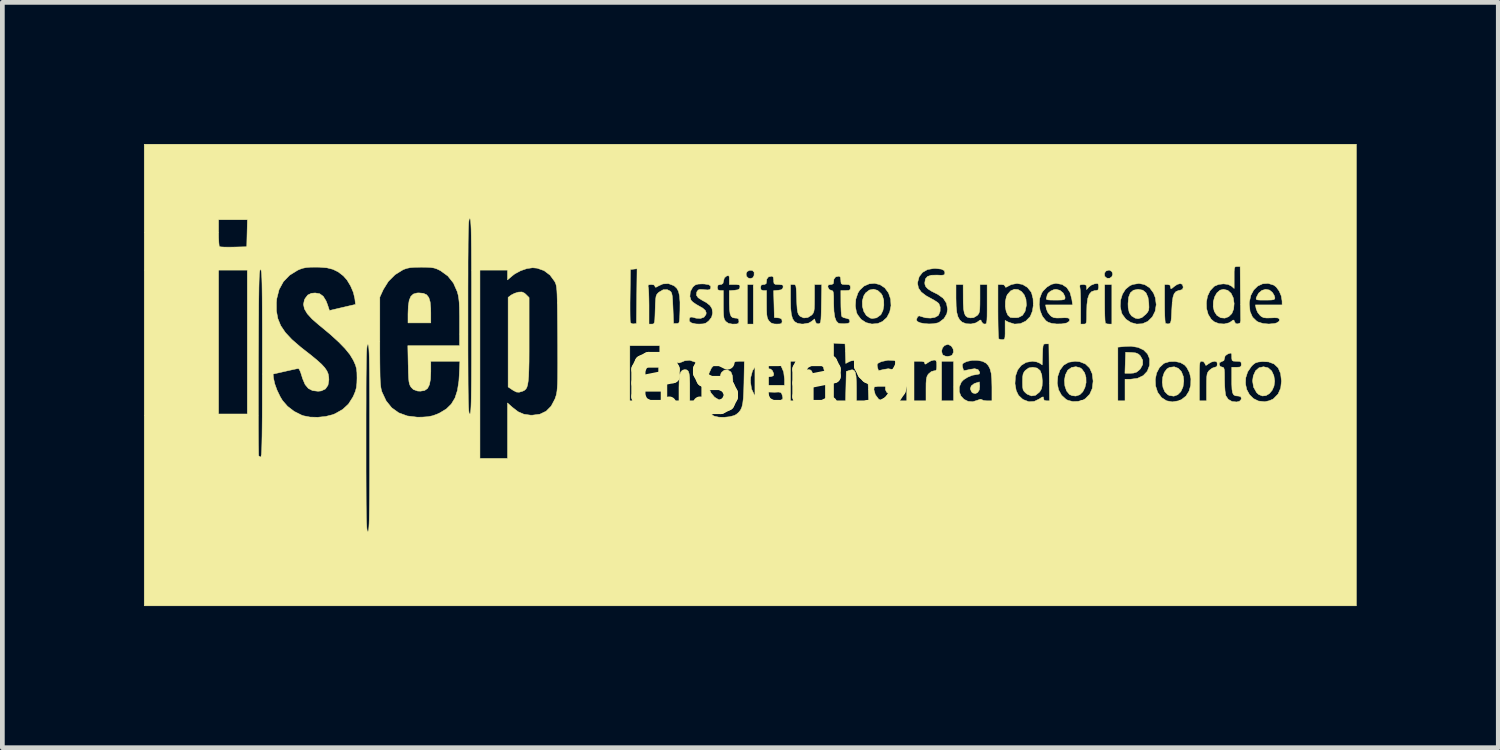
<source format=kicad_pcb>
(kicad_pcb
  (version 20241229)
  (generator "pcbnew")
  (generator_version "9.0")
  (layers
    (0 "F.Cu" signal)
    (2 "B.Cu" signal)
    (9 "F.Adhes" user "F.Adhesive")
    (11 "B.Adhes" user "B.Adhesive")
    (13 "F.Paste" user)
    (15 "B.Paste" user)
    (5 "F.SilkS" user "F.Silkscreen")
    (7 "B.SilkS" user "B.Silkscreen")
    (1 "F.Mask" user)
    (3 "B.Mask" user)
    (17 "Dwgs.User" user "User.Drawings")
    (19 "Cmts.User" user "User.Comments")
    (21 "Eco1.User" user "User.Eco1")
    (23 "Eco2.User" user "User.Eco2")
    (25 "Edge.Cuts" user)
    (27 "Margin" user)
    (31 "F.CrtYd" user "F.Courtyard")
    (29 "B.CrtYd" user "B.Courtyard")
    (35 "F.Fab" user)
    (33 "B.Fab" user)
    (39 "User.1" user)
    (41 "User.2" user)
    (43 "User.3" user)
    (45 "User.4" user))
  (footprint "teste9"
    (layer "F.Cu")
    (at 12.832 4.882)
    (property "Reference" "teste9" (at 0 0 0) (layer "F.SilkS") (effects (font (size 1.524 1.524) (thickness 0.3))))
    (attr through_hole)
    (fp_poly (pts (xy 4.872 0.249) (xy 4.863 0.327) (xy 4.829 0.382) (xy 4.779 0.406) (xy 4.724 0.392) (xy 4.7 0.37) (xy 4.673 0.306) (xy 4.692 0.244) (xy 4.751 0.197) (xy 4.775 0.187) (xy 4.864 0.158) (xy 4.872 0.249)) (stroke (width 0.01) (type solid)) (fill yes) (layer "F.SilkS"))
    (fp_poly (pts (xy 0.443 -0.114) (xy 0.482 -0.078) (xy 0.509 -0.011) (xy 0.499 0.029) (xy 0.447 0.047) (xy 0.381 0.051) (xy 0.304 0.048) (xy 0.266 0.036) (xy 0.254 0.011) (xy 0.254 0.004) (xy 0.274 -0.058) (xy 0.322 -0.102) (xy 0.384 -0.122) (xy 0.443 -0.114)) (stroke (width 0.01) (type solid)) (fill yes) (layer "F.SilkS"))
    (fp_poly (pts (xy 8.09 -0.465) (xy 8.177 -0.456) (xy 8.235 -0.431) (xy 8.274 -0.394) (xy 8.324 -0.303) (xy 8.324 -0.21) (xy 8.275 -0.119) (xy 8.257 -0.1) (xy 8.196 -0.05) (xy 8.13 -0.029) (xy 8.065 -0.025) (xy 7.948 -0.025) (xy 7.963 -0.47) (xy 8.09 -0.465)) (stroke (width 0.01) (type solid)) (fill yes) (layer "F.SilkS"))
    (fp_poly (pts (xy -6.913 -1.718) (xy -6.844 -1.687) (xy -6.798 -1.628) (xy -6.77 -1.535) (xy -6.758 -1.402) (xy -6.756 -1.304) (xy -6.756 -1.092) (xy -7.239 -1.092) (xy -7.239 -1.28) (xy -7.233 -1.446) (xy -7.214 -1.569) (xy -7.179 -1.653) (xy -7.126 -1.703) (xy -7.05 -1.725) (xy -7.008 -1.727) (xy -6.913 -1.718)) (stroke (width 0.01) (type solid)) (fill yes) (layer "F.SilkS"))
    (fp_poly (pts (xy 3.068 0.176) (xy 3.073 0.226) (xy 3.073 0.253) (xy 3.065 0.331) (xy 3.035 0.374) (xy 3.024 0.38) (xy 2.964 0.404) (xy 2.922 0.394) (xy 2.901 0.376) (xy 2.874 0.321) (xy 2.875 0.257) (xy 2.902 0.21) (xy 2.95 0.185) (xy 3.004 0.168) (xy 3.048 0.161) (xy 3.068 0.176)) (stroke (width 0.01) (type solid)) (fill yes) (layer "F.SilkS"))
    (fp_poly (pts (xy -0.405 -0.058) (xy -0.395 -0.045) (xy -0.367 0.027) (xy -0.357 0.125) (xy -0.364 0.227) (xy -0.38 0.29) (xy -0.422 0.34) (xy -0.487 0.357) (xy -0.555 0.339) (xy -0.593 0.309) (xy -0.622 0.247) (xy -0.634 0.158) (xy -0.63 0.062) (xy -0.609 -0.02) (xy -0.595 -0.045) (xy -0.537 -0.092) (xy -0.468 -0.096) (xy -0.405 -0.058)) (stroke (width 0.01) (type solid)) (fill yes) (layer "F.SilkS"))
    (fp_poly (pts (xy 10.127 -1.781) (xy 10.197 -1.718) (xy 10.243 -1.622) (xy 10.261 -1.502) (xy 10.251 -1.386) (xy 10.213 -1.29) (xy 10.146 -1.224) (xy 10.064 -1.193) (xy 9.977 -1.201) (xy 9.896 -1.252) (xy 9.842 -1.334) (xy 9.818 -1.434) (xy 9.821 -1.541) (xy 9.848 -1.642) (xy 9.896 -1.727) (xy 9.962 -1.785) (xy 10.036 -1.803) (xy 10.127 -1.781)) (stroke (width 0.01) (type solid)) (fill yes) (layer "F.SilkS"))
    (fp_poly (pts (xy 10.982 -0.14) (xy 11.057 -0.073) (xy 11.103 0.027) (xy 11.12 0.141) (xy 11.106 0.247) (xy 11.066 0.337) (xy 11.007 0.406) (xy 10.936 0.448) (xy 10.859 0.456) (xy 10.782 0.425) (xy 10.737 0.383) (xy 10.673 0.269) (xy 10.652 0.137) (xy 10.667 0.03) (xy 10.715 -0.077) (xy 10.789 -0.142) (xy 10.884 -0.163) (xy 10.982 -0.14)) (stroke (width 0.01) (type solid)) (fill yes) (layer "F.SilkS"))
    (fp_poly (pts (xy 9.078 -0.13) (xy 9.145 -0.059) (xy 9.185 0.044) (xy 9.195 0.139) (xy 9.178 0.264) (xy 9.133 0.363) (xy 9.066 0.43) (xy 8.984 0.46) (xy 8.892 0.446) (xy 8.858 0.43) (xy 8.793 0.366) (xy 8.754 0.274) (xy 8.739 0.167) (xy 8.749 0.057) (xy 8.782 -0.042) (xy 8.838 -0.117) (xy 8.892 -0.149) (xy 8.992 -0.162) (xy 9.078 -0.13)) (stroke (width 0.01) (type solid)) (fill yes) (layer "F.SilkS"))
    (fp_poly (pts (xy 11.009 -1.788) (xy 11.073 -1.736) (xy 11.109 -1.676) (xy 11.125 -1.623) (xy 11.125 -1.622) (xy 11.12 -1.599) (xy 11.098 -1.584) (xy 11.049 -1.577) (xy 10.963 -1.575) (xy 10.92 -1.575) (xy 10.819 -1.575) (xy 10.76 -1.579) (xy 10.732 -1.589) (xy 10.727 -1.608) (xy 10.733 -1.632) (xy 10.78 -1.722) (xy 10.849 -1.78) (xy 10.929 -1.803) (xy 11.009 -1.788)) (stroke (width 0.01) (type solid)) (fill yes) (layer "F.SilkS"))
    (fp_poly (pts (xy 2.71 -1.78) (xy 2.785 -1.711) (xy 2.809 -1.671) (xy 2.838 -1.576) (xy 2.841 -1.464) (xy 2.822 -1.356) (xy 2.781 -1.271) (xy 2.771 -1.26) (xy 2.686 -1.199) (xy 2.593 -1.185) (xy 2.548 -1.196) (xy 2.47 -1.249) (xy 2.416 -1.336) (xy 2.387 -1.443) (xy 2.385 -1.555) (xy 2.414 -1.661) (xy 2.453 -1.725) (xy 2.534 -1.788) (xy 2.623 -1.806) (xy 2.71 -1.78)) (stroke (width 0.01) (type solid)) (fill yes) (layer "F.SilkS"))
    (fp_poly (pts (xy 6.57 -1.782) (xy 6.638 -1.727) (xy 6.676 -1.653) (xy 6.68 -1.622) (xy 6.675 -1.599) (xy 6.653 -1.584) (xy 6.604 -1.577) (xy 6.518 -1.575) (xy 6.474 -1.575) (xy 6.372 -1.576) (xy 6.312 -1.581) (xy 6.285 -1.592) (xy 6.282 -1.61) (xy 6.284 -1.615) (xy 6.297 -1.66) (xy 6.299 -1.674) (xy 6.321 -1.721) (xy 6.375 -1.766) (xy 6.444 -1.797) (xy 6.489 -1.803) (xy 6.57 -1.782)) (stroke (width 0.01) (type solid)) (fill yes) (layer "F.SilkS"))
    (fp_poly (pts (xy 6.998 -0.141) (xy 7.035 -0.115) (xy 7.094 -0.034) (xy 7.123 0.065) (xy 7.125 0.173) (xy 7.101 0.276) (xy 7.056 0.366) (xy 6.991 0.43) (xy 6.909 0.457) (xy 6.899 0.457) (xy 6.827 0.448) (xy 6.775 0.425) (xy 6.712 0.349) (xy 6.676 0.244) (xy 6.667 0.127) (xy 6.686 0.012) (xy 6.734 -0.085) (xy 6.742 -0.094) (xy 6.818 -0.148) (xy 6.909 -0.164) (xy 6.998 -0.141)) (stroke (width 0.01) (type solid)) (fill yes) (layer "F.SilkS"))
    (fp_poly (pts (xy 8.326 -1.785) (xy 8.394 -1.729) (xy 8.437 -1.631) (xy 8.453 -1.514) (xy 8.457 -1.423) (xy 8.451 -1.364) (xy 8.429 -1.32) (xy 8.391 -1.275) (xy 8.306 -1.204) (xy 8.226 -1.181) (xy 8.166 -1.193) (xy 8.088 -1.24) (xy 8.04 -1.31) (xy 8.017 -1.414) (xy 8.014 -1.499) (xy 8.026 -1.635) (xy 8.063 -1.729) (xy 8.128 -1.784) (xy 8.223 -1.803) (xy 8.23 -1.803) (xy 8.326 -1.785)) (stroke (width 0.01) (type solid)) (fill yes) (layer "F.SilkS"))
    (fp_poly (pts (xy 5.684 -1.798) (xy 5.756 -1.757) (xy 5.815 -1.686) (xy 5.852 -1.589) (xy 5.86 -1.471) (xy 5.86 -1.465) (xy 5.833 -1.337) (xy 5.778 -1.252) (xy 5.694 -1.208) (xy 5.649 -1.202) (xy 5.577 -1.202) (xy 5.524 -1.208) (xy 5.518 -1.21) (xy 5.467 -1.257) (xy 5.432 -1.338) (xy 5.414 -1.439) (xy 5.416 -1.547) (xy 5.437 -1.646) (xy 5.46 -1.695) (xy 5.528 -1.771) (xy 5.605 -1.804) (xy 5.684 -1.798)) (stroke (width 0.01) (type solid)) (fill yes) (layer "F.SilkS"))
    (fp_poly (pts (xy 6.088 -0.135) (xy 6.151 -0.082) (xy 6.187 0.01) (xy 6.198 0.141) (xy 6.194 0.238) (xy 6.18 0.303) (xy 6.15 0.357) (xy 6.132 0.379) (xy 6.053 0.442) (xy 5.968 0.455) (xy 5.878 0.418) (xy 5.85 0.396) (xy 5.812 0.359) (xy 5.79 0.319) (xy 5.781 0.262) (xy 5.779 0.171) (xy 5.779 0.157) (xy 5.781 0.057) (xy 5.791 -0.008) (xy 5.813 -0.054) (xy 5.84 -0.087) (xy 5.911 -0.138) (xy 5.997 -0.152) (xy 6.088 -0.135)) (stroke (width 0.01) (type solid)) (fill yes) (layer "F.SilkS"))
    (fp_poly (pts (xy -4.771 -1.722) (xy -4.739 -1.693) (xy -4.674 -1.628) (xy -4.674 -0.737) (xy -4.674 -0.479) (xy -4.675 -0.267) (xy -4.679 -0.096) (xy -4.684 0.038) (xy -4.693 0.141) (xy -4.705 0.217) (xy -4.721 0.272) (xy -4.742 0.309) (xy -4.769 0.334) (xy -4.801 0.351) (xy -4.814 0.356) (xy -4.885 0.377) (xy -4.941 0.373) (xy -5.006 0.34) (xy -5.032 0.323) (xy -5.118 0.265) (xy -5.118 -1.633) (xy -5.054 -1.681) (xy -4.983 -1.718) (xy -4.901 -1.743) (xy -4.897 -1.744) (xy -4.825 -1.747) (xy -4.771 -1.722)) (stroke (width 0.01) (type solid)) (fill yes) (layer "F.SilkS"))
    (fp_poly (pts (xy 12.852 4.902) (xy -12.827 4.902) (xy -12.827 -2.21) (xy -11.252 -2.21) (xy -11.252 0.838) (xy -10.643 0.838) (xy -10.643 0.62) (xy -10.409 0.62) (xy -10.409 0.876) (xy -10.409 1.106) (xy -10.408 1.305) (xy -10.407 1.47) (xy -10.405 1.598) (xy -10.404 1.682) (xy -10.402 1.721) (xy -10.402 1.723) (xy -10.372 1.747) (xy -10.357 1.746) (xy -10.351 1.734) (xy -10.345 1.701) (xy -10.341 1.644) (xy -10.337 1.561) (xy -10.334 1.447) (xy -10.332 1.346) (xy -8.128 1.346) (xy -8.128 1.714) (xy -8.128 2.033) (xy -8.127 2.309) (xy -8.126 2.543) (xy -8.125 2.739) (xy -8.123 2.9) (xy -8.121 3.03) (xy -8.118 3.132) (xy -8.114 3.208) (xy -8.11 3.263) (xy -8.105 3.299) (xy -8.099 3.319) (xy -8.092 3.327) (xy -8.09 3.327) (xy -8.083 3.323) (xy -8.077 3.307) (xy -8.071 3.277) (xy -8.067 3.229) (xy -8.063 3.161) (xy -8.06 3.068) (xy -8.058 2.948) (xy -8.056 2.798) (xy -8.054 2.614) (xy -8.053 2.393) (xy -8.052 2.132) (xy -8.052 1.828) (xy -8.052 1.477) (xy -8.052 1.346) (xy -8.052 0.979) (xy -8.052 0.659) (xy -8.053 0.384) (xy -8.054 0.15) (xy -8.055 -0.047) (xy -8.057 -0.208) (xy -8.059 -0.338) (xy -8.062 -0.439) (xy -8.066 -0.516) (xy -8.07 -0.57) (xy -8.075 -0.606) (xy -8.081 -0.627) (xy -8.087 -0.635) (xy -8.09 -0.635) (xy -8.097 -0.63) (xy -8.103 -0.615) (xy -8.108 -0.585) (xy -8.113 -0.537) (xy -8.117 -0.468) (xy -8.12 -0.376) (xy -8.122 -0.256) (xy -8.124 -0.105) (xy -8.126 0.078) (xy -8.127 0.299) (xy -8.127 0.56) (xy -8.128 0.864) (xy -8.128 1.215) (xy -8.128 1.346) (xy -10.332 1.346) (xy -10.331 1.301) (xy -10.329 1.121) (xy -10.327 0.902) (xy -10.326 0.642) (xy -10.326 0.339) (xy -10.325 -0.008) (xy -10.097 -0.008) (xy -10.088 0.077) (xy -10.063 0.196) (xy -10.013 0.334) (xy -9.946 0.472) (xy -9.898 0.552) (xy -9.791 0.675) (xy -9.65 0.783) (xy -9.492 0.862) (xy -9.452 0.876) (xy -9.313 0.903) (xy -9.15 0.907) (xy -8.983 0.89) (xy -8.833 0.852) (xy -8.783 0.832) (xy -8.623 0.741) (xy -8.501 0.628) (xy -8.409 0.484) (xy -8.393 0.452) (xy -8.354 0.359) (xy -8.332 0.276) (xy -8.322 0.182) (xy -8.319 0.076) (xy -8.321 -0.039) (xy -8.33 -0.123) (xy -8.351 -0.198) (xy -8.388 -0.282) (xy -8.4 -0.306) (xy -8.469 -0.421) (xy -8.572 -0.548) (xy -8.71 -0.69) (xy -8.886 -0.85) (xy -9.105 -1.032) (xy -9.122 -1.045) (xy -9.27 -1.174) (xy -9.373 -1.287) (xy -9.433 -1.389) (xy -9.453 -1.485) (xy -9.434 -1.577) (xy -9.419 -1.608) (xy -9.363 -1.682) (xy -9.286 -1.719) (xy -9.206 -1.726) (xy -9.11 -1.71) (xy -9.035 -1.655) (xy -8.975 -1.558) (xy -8.944 -1.478) (xy -8.903 -1.354) (xy -8.627 -1.419) (xy -8.351 -1.483) (xy -8.365 -1.604) (xy -8.373 -1.638) (xy -7.836 -1.638) (xy -7.836 -0.699) (xy -7.836 -0.451) (xy -7.835 -0.249) (xy -7.833 -0.086) (xy -7.831 0.042) (xy -7.827 0.142) (xy -7.821 0.218) (xy -7.814 0.276) (xy -7.805 0.323) (xy -7.794 0.362) (xy -7.79 0.373) (xy -7.702 0.56) (xy -7.584 0.706) (xy -7.435 0.813) (xy -7.255 0.879) (xy -7.043 0.905) (xy -6.939 0.904) (xy -6.814 0.895) (xy -6.716 0.875) (xy -6.622 0.841) (xy -6.564 0.814) (xy -6.427 0.731) (xy -6.322 0.628) (xy -6.244 0.499) (xy -6.192 0.338) (xy -6.161 0.139) (xy -6.153 0.006) (xy -6.14 -0.279) (xy -6.756 -0.279) (xy -6.756 -0.063) (xy -6.763 0.1) (xy -6.785 0.217) (xy -6.825 0.296) (xy -6.888 0.34) (xy -6.976 0.354) (xy -7.036 0.351) (xy -7.125 0.319) (xy -7.173 0.271) (xy -7.193 0.239) (xy -7.208 0.201) (xy -7.219 0.149) (xy -7.226 0.072) (xy -7.231 -0.037) (xy -7.234 -0.187) (xy -7.235 -0.205) (xy -7.243 -0.61) (xy -6.147 -0.61) (xy -6.147 -1.102) (xy -6.147 -1.232) (xy -5.969 -1.232) (xy -5.969 -0.856) (xy -5.969 -0.528) (xy -5.968 -0.244) (xy -5.967 -0.001) (xy -5.966 0.203) (xy -5.964 0.372) (xy -5.962 0.509) (xy -5.959 0.617) (xy -5.956 0.7) (xy -5.952 0.76) (xy -5.947 0.801) (xy -5.942 0.825) (xy -5.935 0.836) (xy -5.931 0.838) (xy -5.924 0.834) (xy -5.918 0.818) (xy -5.913 0.788) (xy -5.908 0.741) (xy -5.904 0.673) (xy -5.901 0.582) (xy -5.899 0.464) (xy -5.897 0.316) (xy -5.895 0.134) (xy -5.894 -0.083) (xy -5.893 -0.34) (xy -5.893 -0.639) (xy -5.893 -0.984) (xy -5.893 -1.232) (xy -5.893 -1.608) (xy -5.893 -1.936) (xy -5.894 -2.21) (xy -5.715 -2.21) (xy -5.715 1.778) (xy -5.131 1.778) (xy -5.131 0.604) (xy -5.026 0.698) (xy -4.905 0.791) (xy -4.783 0.843) (xy -4.642 0.863) (xy -4.605 0.863) (xy -4.445 0.842) (xy -4.312 0.778) (xy -4.207 0.672) (xy -4.127 0.522) (xy -4.1 0.442) (xy -4.091 0.402) (xy -4.083 0.351) (xy -4.077 0.284) (xy -4.072 0.197) (xy -4.069 0.084) (xy -4.068 -0.06) (xy -4.067 -0.239) (xy -4.068 -0.458) (xy -4.068 -0.61) (xy -2.54 -0.61) (xy -2.54 0.559) (xy -1.88 0.559) (xy -1.88 0.356) (xy -2.311 0.356) (xy -2.311 0.051) (xy -1.93 0.051) (xy -1.93 -0.152) (xy -2.311 -0.152) (xy -2.311 -0.279) (xy -1.753 -0.279) (xy -1.753 0.559) (xy -1.499 0.559) (xy -1.499 0.275) (xy -1.495 0.124) (xy -1.484 0.017) (xy -1.461 -0.052) (xy -1.427 -0.089) (xy -1.378 -0.102) (xy -1.373 -0.102) (xy -1.332 -0.095) (xy -1.303 -0.07) (xy -1.285 -0.019) (xy -1.274 0.064) (xy -1.27 0.187) (xy -1.27 0.259) (xy -1.27 0.559) (xy -1.016 0.559) (xy -1.016 0.253) (xy -1.018 0.14) (xy -0.889 0.14) (xy -0.871 0.277) (xy -0.82 0.393) (xy -0.745 0.482) (xy -0.652 0.538) (xy -0.548 0.555) (xy -0.44 0.528) (xy -0.434 0.526) (xy -0.381 0.502) (xy -0.36 0.503) (xy -0.356 0.531) (xy -0.356 0.532) (xy -0.371 0.583) (xy -0.407 0.643) (xy -0.408 0.644) (xy -0.479 0.695) (xy -0.577 0.713) (xy -0.689 0.698) (xy -0.722 0.686) (xy -0.769 0.675) (xy -0.787 0.683) (xy -0.792 0.722) (xy -0.803 0.781) (xy -0.807 0.838) (xy -0.781 0.869) (xy -0.746 0.885) (xy -0.655 0.905) (xy -0.542 0.908) (xy -0.428 0.896) (xy -0.331 0.871) (xy -0.286 0.848) (xy -0.235 0.805) (xy -0.196 0.757) (xy -0.167 0.694) (xy -0.148 0.611) (xy -0.135 0.5) (xy -0.127 0.352) (xy -0.122 0.171) (xy -0.122 0.152) (xy 0.015 0.152) (xy 0.038 0.308) (xy 0.097 0.431) (xy 0.19 0.519) (xy 0.314 0.569) (xy 0.466 0.58) (xy 0.593 0.56) (xy 0.664 0.542) (xy 0.697 0.523) (xy 0.701 0.491) (xy 0.689 0.443) (xy 0.675 0.401) (xy 0.653 0.38) (xy 0.609 0.373) (xy 0.529 0.377) (xy 0.524 0.377) (xy 0.411 0.373) (xy 0.322 0.348) (xy 0.267 0.306) (xy 0.254 0.266) (xy 0.263 0.248) (xy 0.296 0.237) (xy 0.361 0.231) (xy 0.466 0.229) (xy 0.495 0.229) (xy 0.737 0.229) (xy 0.737 0.101) (xy 0.719 -0.052) (xy 0.668 -0.171) (xy 0.585 -0.252) (xy 0.513 -0.279) (xy 0.864 -0.279) (xy 0.864 0.559) (xy 1.118 0.559) (xy 1.118 0.275) (xy 1.121 0.124) (xy 1.133 0.017) (xy 1.155 -0.052) (xy 1.189 -0.089) (xy 1.238 -0.102) (xy 1.243 -0.102) (xy 1.285 -0.095) (xy 1.313 -0.07) (xy 1.332 -0.019) (xy 1.342 0.064) (xy 1.346 0.187) (xy 1.346 0.259) (xy 1.346 0.559) (xy 1.6 0.559) (xy 1.778 0.559) (xy 2.03 0.559) (xy 2.038 0.248) (xy 2.045 -0.062) (xy 2.117 -0.088) (xy 2.171 -0.099) (xy 2.21 -0.085) (xy 2.236 -0.042) (xy 2.252 0.038) (xy 2.259 0.159) (xy 2.261 0.272) (xy 2.261 0.559) (xy 2.52 0.559) (xy 2.512 0.322) (xy 2.63 0.322) (xy 2.66 0.429) (xy 2.73 0.523) (xy 2.823 0.574) (xy 2.93 0.578) (xy 3.024 0.545) (xy 3.075 0.526) (xy 3.099 0.53) (xy 3.099 0.533) (xy 3.122 0.548) (xy 3.179 0.558) (xy 3.213 0.559) (xy 3.327 0.559) (xy 3.327 0.266) (xy 3.324 0.098) (xy 3.311 -0.029) (xy 3.286 -0.121) (xy 3.247 -0.189) (xy 3.19 -0.24) (xy 3.17 -0.253) (xy 3.1 -0.279) (xy 3.48 -0.279) (xy 3.48 0.559) (xy 3.734 0.559) (xy 3.734 0.308) (xy 3.735 0.188) (xy 3.741 0.106) (xy 3.753 0.05) (xy 3.773 0.009) (xy 3.786 -0.009) (xy 3.846 -0.06) (xy 3.901 -0.076) (xy 3.939 -0.081) (xy 3.957 -0.105) (xy 3.962 -0.162) (xy 3.962 -0.191) (xy 3.96 -0.261) (xy 3.953 -0.279) (xy 4.064 -0.279) (xy 4.064 0.559) (xy 4.318 0.559) (xy 4.318 0.367) (xy 4.439 0.367) (xy 4.474 0.457) (xy 4.539 0.527) (xy 4.625 0.57) (xy 4.725 0.578) (xy 4.826 0.546) (xy 4.886 0.525) (xy 4.915 0.533) (xy 4.948 0.55) (xy 5.011 0.558) (xy 5.031 0.559) (xy 5.131 0.559) (xy 5.131 0.266) (xy 5.129 0.189) (xy 5.619 0.189) (xy 5.621 0.208) (xy 5.645 0.343) (xy 5.693 0.442) (xy 5.772 0.517) (xy 5.799 0.535) (xy 5.913 0.578) (xy 6.027 0.571) (xy 6.131 0.521) (xy 6.188 0.484) (xy 6.215 0.475) (xy 6.223 0.492) (xy 6.223 0.509) (xy 6.238 0.548) (xy 6.287 0.559) (xy 6.351 0.559) (xy 6.347 0.185) (xy 6.514 0.185) (xy 6.541 0.323) (xy 6.605 0.44) (xy 6.701 0.528) (xy 6.742 0.549) (xy 6.843 0.574) (xy 6.959 0.57) (xy 7.065 0.54) (xy 7.109 0.514) (xy 7.202 0.419) (xy 7.256 0.297) (xy 7.274 0.143) (xy 7.274 0.14) (xy 7.255 -0.015) (xy 7.2 -0.137) (xy 7.111 -0.222) (xy 6.989 -0.27) (xy 6.891 -0.279) (xy 6.756 -0.258) (xy 6.649 -0.196) (xy 6.571 -0.091) (xy 6.526 0.038) (xy 6.514 0.185) (xy 6.347 0.185) (xy 6.344 -0.044) (xy 6.338 -0.578) (xy 7.798 -0.578) (xy 7.798 0.559) (xy 7.95 0.559) (xy 7.95 0.103) (xy 8.591 0.103) (xy 8.597 0.242) (xy 8.64 0.375) (xy 8.642 0.38) (xy 8.724 0.49) (xy 8.829 0.558) (xy 8.952 0.581) (xy 9.084 0.559) (xy 9.147 0.532) (xy 9.242 0.457) (xy 9.307 0.352) (xy 9.342 0.227) (xy 9.344 0.14) (xy 9.525 0.14) (xy 9.525 0.559) (xy 9.677 0.559) (xy 9.677 0.266) (xy 9.678 0.138) (xy 9.681 0.052) (xy 9.689 -0.006) (xy 9.703 -0.044) (xy 9.724 -0.074) (xy 9.74 -0.09) (xy 9.797 -0.133) (xy 9.851 -0.152) (xy 9.854 -0.152) (xy 9.895 -0.167) (xy 9.906 -0.216) (xy 9.944 -0.216) (xy 9.965 -0.17) (xy 10.001 -0.157) (xy 10.027 -0.151) (xy 10.043 -0.135) (xy 10.053 -0.099) (xy 10.057 -0.035) (xy 10.058 0.067) (xy 10.058 0.112) (xy 10.061 0.231) (xy 10.068 0.339) (xy 10.078 0.42) (xy 10.085 0.45) (xy 10.136 0.527) (xy 10.217 0.573) (xy 10.314 0.583) (xy 10.374 0.569) (xy 10.408 0.533) (xy 10.414 0.505) (xy 10.4 0.469) (xy 10.349 0.457) (xy 10.343 0.457) (xy 10.289 0.452) (xy 10.252 0.432) (xy 10.229 0.39) (xy 10.216 0.316) (xy 10.211 0.204) (xy 10.211 0.2) (xy 10.502 0.2) (xy 10.529 0.321) (xy 10.586 0.427) (xy 10.67 0.511) (xy 10.776 0.563) (xy 10.903 0.577) (xy 10.919 0.576) (xy 11.005 0.557) (xy 11.082 0.524) (xy 11.096 0.514) (xy 11.192 0.415) (xy 11.248 0.288) (xy 11.264 0.14) (xy 11.246 -0.019) (xy 11.194 -0.14) (xy 11.108 -0.222) (xy 10.991 -0.266) (xy 10.861 -0.273) (xy 10.771 -0.263) (xy 10.711 -0.244) (xy 10.661 -0.206) (xy 10.628 -0.172) (xy 10.548 -0.055) (xy 10.507 0.072) (xy 10.502 0.2) (xy 10.211 0.2) (xy 10.211 0.122) (xy 10.211 -0.152) (xy 10.312 -0.152) (xy 10.378 -0.156) (xy 10.407 -0.172) (xy 10.414 -0.21) (xy 10.414 -0.216) (xy 10.408 -0.257) (xy 10.382 -0.275) (xy 10.321 -0.279) (xy 10.312 -0.279) (xy 10.247 -0.282) (xy 10.218 -0.299) (xy 10.211 -0.342) (xy 10.211 -0.368) (xy 10.209 -0.431) (xy 10.195 -0.453) (xy 10.154 -0.444) (xy 10.124 -0.432) (xy 10.071 -0.394) (xy 10.058 -0.345) (xy 10.044 -0.293) (xy 10.001 -0.275) (xy 9.953 -0.25) (xy 9.944 -0.216) (xy 9.906 -0.216) (xy 9.895 -0.265) (xy 9.854 -0.279) (xy 9.846 -0.279) (xy 9.783 -0.264) (xy 9.722 -0.229) (xy 9.677 -0.196) (xy 9.657 -0.195) (xy 9.646 -0.224) (xy 9.645 -0.229) (xy 9.611 -0.272) (xy 9.578 -0.279) (xy 9.559 -0.278) (xy 9.544 -0.267) (xy 9.535 -0.241) (xy 9.529 -0.192) (xy 9.526 -0.112) (xy 9.525 0.005) (xy 9.525 0.14) (xy 9.344 0.14) (xy 9.346 0.093) (xy 9.317 -0.036) (xy 9.256 -0.151) (xy 9.21 -0.202) (xy 9.124 -0.251) (xy 9.012 -0.275) (xy 8.894 -0.272) (xy 8.789 -0.241) (xy 8.768 -0.229) (xy 8.679 -0.145) (xy 8.619 -0.031) (xy 8.591 0.103) (xy 7.95 0.103) (xy 7.95 0.102) (xy 8.065 0.102) (xy 8.215 0.082) (xy 8.335 0.025) (xy 8.421 -0.066) (xy 8.468 -0.188) (xy 8.47 -0.201) (xy 8.471 -0.329) (xy 8.427 -0.435) (xy 8.345 -0.518) (xy 8.228 -0.573) (xy 8.08 -0.598) (xy 7.944 -0.593) (xy 7.798 -0.578) (xy 6.338 -0.578) (xy 6.337 -0.648) (xy 6.274 -0.648) (xy 6.243 -0.646) (xy 6.224 -0.633) (xy 6.213 -0.599) (xy 6.207 -0.535) (xy 6.203 -0.43) (xy 6.203 -0.425) (xy 6.196 -0.202) (xy 6.14 -0.241) (xy 6.078 -0.266) (xy 5.997 -0.279) (xy 5.982 -0.279) (xy 5.855 -0.256) (xy 5.751 -0.192) (xy 5.674 -0.093) (xy 5.629 0.037) (xy 5.619 0.189) (xy 5.129 0.189) (xy 5.127 0.1) (xy 5.115 -0.024) (xy 5.091 -0.117) (xy 5.055 -0.187) (xy 5.007 -0.239) (xy 4.932 -0.278) (xy 4.829 -0.298) (xy 4.715 -0.299) (xy 4.608 -0.277) (xy 4.588 -0.27) (xy 4.526 -0.24) (xy 4.503 -0.211) (xy 4.506 -0.168) (xy 4.508 -0.159) (xy 4.523 -0.106) (xy 4.533 -0.082) (xy 4.559 -0.084) (xy 4.618 -0.096) (xy 4.659 -0.106) (xy 4.765 -0.122) (xy 4.836 -0.103) (xy 4.871 -0.048) (xy 4.872 -0.042) (xy 4.864 -0.01) (xy 4.816 0.000413) (xy 4.809 0.001) (xy 4.717 0.017) (xy 4.617 0.058) (xy 4.53 0.113) (xy 4.483 0.162) (xy 4.439 0.266) (xy 4.439 0.367) (xy 4.318 0.367) (xy 4.318 -0.279) (xy 4.064 -0.279) (xy 3.953 -0.279) (xy 3.947 -0.295) (xy 3.916 -0.304) (xy 3.902 -0.305) (xy 3.84 -0.289) (xy 3.775 -0.252) (xy 3.73 -0.22) (xy 3.711 -0.221) (xy 3.708 -0.239) (xy 3.695 -0.265) (xy 3.649 -0.277) (xy 3.594 -0.279) (xy 3.48 -0.279) (xy 3.1 -0.279) (xy 3.059 -0.295) (xy 2.928 -0.302) (xy 2.797 -0.274) (xy 2.778 -0.267) (xy 2.719 -0.238) (xy 2.698 -0.208) (xy 2.704 -0.16) (xy 2.704 -0.159) (xy 2.719 -0.107) (xy 2.727 -0.084) (xy 2.752 -0.086) (xy 2.81 -0.099) (xy 2.841 -0.106) (xy 2.934 -0.121) (xy 3.004 -0.109) (xy 3.011 -0.106) (xy 3.059 -0.07) (xy 3.072 -0.031) (xy 3.048 -0.005) (xy 3.019 0) (xy 2.919 0.014) (xy 2.813 0.052) (xy 2.726 0.102) (xy 2.707 0.119) (xy 2.645 0.214) (xy 2.63 0.322) (xy 2.512 0.322) (xy 2.509 0.235) (xy 2.501 0.069) (xy 2.488 -0.055) (xy 2.467 -0.143) (xy 2.436 -0.205) (xy 2.392 -0.248) (xy 2.359 -0.269) (xy 2.249 -0.302) (xy 2.141 -0.286) (xy 2.103 -0.269) (xy 2.034 -0.233) (xy 2.027 -0.44) (xy 2.025 -0.494) (xy 4.064 -0.494) (xy 4.08 -0.429) (xy 4.094 -0.411) (xy 4.142 -0.388) (xy 4.191 -0.381) (xy 4.253 -0.392) (xy 4.288 -0.411) (xy 4.317 -0.471) (xy 4.309 -0.539) (xy 4.272 -0.599) (xy 4.214 -0.632) (xy 4.191 -0.635) (xy 4.127 -0.614) (xy 4.082 -0.561) (xy 4.064 -0.494) (xy 2.025 -0.494) (xy 2.019 -0.648) (xy 1.778 -0.663) (xy 1.778 0.559) (xy 1.6 0.559) (xy 1.6 0.235) (xy 1.596 0.063) (xy 1.583 -0.065) (xy 1.559 -0.158) (xy 1.521 -0.222) (xy 1.466 -0.265) (xy 1.429 -0.282) (xy 1.334 -0.298) (xy 1.233 -0.285) (xy 1.15 -0.246) (xy 1.14 -0.238) (xy 1.105 -0.21) (xy 1.093 -0.217) (xy 1.092 -0.237) (xy 1.081 -0.264) (xy 1.039 -0.277) (xy 0.978 -0.279) (xy 0.864 -0.279) (xy 0.513 -0.279) (xy 0.474 -0.294) (xy 0.373 -0.297) (xy 0.239 -0.263) (xy 0.134 -0.189) (xy 0.059 -0.079) (xy 0.021 0.062) (xy 0.015 0.152) (xy -0.122 0.152) (xy -0.114 -0.279) (xy -0.222 -0.279) (xy -0.288 -0.274) (xy -0.326 -0.261) (xy -0.33 -0.254) (xy -0.35 -0.248) (xy -0.399 -0.263) (xy -0.416 -0.27) (xy -0.527 -0.299) (xy -0.634 -0.282) (xy -0.731 -0.227) (xy -0.81 -0.138) (xy -0.864 -0.022) (xy -0.888 0.116) (xy -0.889 0.14) (xy -1.018 0.14) (xy -1.02 0.082) (xy -1.032 -0.047) (xy -1.055 -0.14) (xy -1.091 -0.206) (xy -1.142 -0.252) (xy -1.165 -0.265) (xy -1.273 -0.301) (xy -1.377 -0.29) (xy -1.433 -0.266) (xy -1.499 -0.243) (xy -1.533 -0.253) (xy -1.574 -0.27) (xy -1.642 -0.279) (xy -1.656 -0.279) (xy -1.753 -0.279) (xy -2.311 -0.279) (xy -2.311 -0.381) (xy -1.905 -0.381) (xy -1.905 -0.61) (xy -2.54 -0.61) (xy -4.068 -0.61) (xy -4.069 -0.721) (xy -4.069 -0.778) (xy -4.071 -1.042) (xy -4.073 -1.26) (xy -4.074 -1.367) (xy -2.536 -1.367) (xy -2.535 -1.245) (xy -2.533 -1.154) (xy -2.529 -1.104) (xy -2.528 -1.097) (xy -2.496 -1.074) (xy -2.458 -1.071) (xy -2.4 -1.079) (xy -2.391 -1.879) (xy -2.155 -1.879) (xy -2.15 -1.848) (xy -2.144 -1.802) (xy -2.139 -1.717) (xy -2.136 -1.603) (xy -2.134 -1.471) (xy -2.134 -1.429) (xy -2.134 -1.067) (xy -2.073 -1.067) (xy -2.047 -1.068) (xy -2.03 -1.079) (xy -2.018 -1.107) (xy -2.011 -1.16) (xy -2.007 -1.248) (xy -2.003 -1.374) (xy -1.999 -1.503) (xy -1.993 -1.593) (xy -1.985 -1.651) (xy -1.971 -1.69) (xy -1.949 -1.718) (xy -1.923 -1.742) (xy -1.834 -1.794) (xy -1.747 -1.796) (xy -1.688 -1.767) (xy -1.667 -1.747) (xy -1.652 -1.714) (xy -1.641 -1.66) (xy -1.634 -1.576) (xy -1.628 -1.453) (xy -1.626 -1.405) (xy -1.613 -1.079) (xy -1.549 -1.079) (xy -1.522 -1.081) (xy -1.503 -1.091) (xy -1.492 -1.12) (xy -1.485 -1.174) (xy -1.485 -1.175) (xy -1.281 -1.175) (xy -1.279 -1.126) (xy -1.231 -1.09) (xy -1.142 -1.07) (xy -1.073 -1.067) (xy -0.985 -1.071) (xy -0.926 -1.089) (xy -0.874 -1.129) (xy -0.862 -1.141) (xy -0.807 -1.212) (xy -0.788 -1.292) (xy -0.787 -1.314) (xy -0.799 -1.394) (xy -0.84 -1.46) (xy -0.917 -1.522) (xy -1.007 -1.571) (xy -1.092 -1.625) (xy -1.129 -1.679) (xy -1.123 -1.741) (xy -1.115 -1.758) (xy -1.091 -1.789) (xy -1.053 -1.801) (xy -0.984 -1.798) (xy -0.965 -1.795) (xy -0.887 -1.79) (xy -0.845 -1.799) (xy -0.827 -1.822) (xy -0.826 -1.841) (xy -0.686 -1.841) (xy -0.675 -1.793) (xy -0.634 -1.778) (xy -0.622 -1.778) (xy -0.559 -1.778) (xy -0.559 -1.478) (xy -0.558 -1.347) (xy -0.554 -1.257) (xy -0.546 -1.197) (xy -0.533 -1.158) (xy -0.512 -1.128) (xy -0.507 -1.122) (xy -0.45 -1.082) (xy -0.37 -1.067) (xy -0.342 -1.067) (xy -0.272 -1.069) (xy -0.239 -1.083) (xy -0.229 -1.114) (xy -0.229 -1.13) (xy -0.237 -1.176) (xy -0.272 -1.192) (xy -0.304 -1.194) (xy -0.357 -1.202) (xy -0.393 -1.23) (xy -0.416 -1.286) (xy -0.428 -1.377) (xy -0.432 -1.51) (xy -0.432 -1.534) (xy -0.432 -1.775) (xy -0.324 -1.783) (xy -0.253 -1.793) (xy -0.219 -1.814) (xy -0.208 -1.848) (xy -0.208 -1.883) (xy -0.229 -1.9) (xy -0.284 -1.905) (xy -0.316 -1.905) (xy -0.051 -1.905) (xy -0.051 -1.067) (xy 0.076 -1.067) (xy 0.076 -1.841) (xy 0.229 -1.841) (xy 0.239 -1.793) (xy 0.28 -1.778) (xy 0.292 -1.778) (xy 0.356 -1.778) (xy 0.356 -1.489) (xy 0.357 -1.36) (xy 0.361 -1.271) (xy 0.37 -1.211) (xy 0.385 -1.169) (xy 0.408 -1.134) (xy 0.455 -1.089) (xy 0.514 -1.07) (xy 0.573 -1.067) (xy 0.643 -1.07) (xy 0.676 -1.083) (xy 0.685 -1.115) (xy 0.686 -1.129) (xy 0.677 -1.173) (xy 0.64 -1.193) (xy 0.603 -1.199) (xy 0.521 -1.206) (xy 0.514 -1.491) (xy 0.506 -1.775) (xy 0.602 -1.783) (xy 0.669 -1.794) (xy 0.699 -1.821) (xy 0.707 -1.848) (xy 0.706 -1.884) (xy 0.682 -1.901) (xy 0.623 -1.905) (xy 0.611 -1.905) (xy 0.864 -1.905) (xy 0.864 -1.586) (xy 0.867 -1.409) (xy 0.881 -1.276) (xy 0.907 -1.181) (xy 0.949 -1.119) (xy 1.01 -1.084) (xy 1.093 -1.069) (xy 1.133 -1.068) (xy 1.249 -1.088) (xy 1.306 -1.121) (xy 1.375 -1.175) (xy 1.389 -1.119) (xy 1.418 -1.076) (xy 1.457 -1.072) (xy 1.477 -1.077) (xy 1.492 -1.09) (xy 1.502 -1.119) (xy 1.509 -1.171) (xy 1.513 -1.254) (xy 1.516 -1.375) (xy 1.518 -1.492) (xy 1.525 -1.863) (xy 1.654 -1.863) (xy 1.656 -1.848) (xy 1.685 -1.797) (xy 1.721 -1.783) (xy 1.746 -1.776) (xy 1.763 -1.761) (xy 1.772 -1.726) (xy 1.777 -1.662) (xy 1.778 -1.561) (xy 1.778 -1.508) (xy 1.784 -1.338) (xy 1.802 -1.214) (xy 1.833 -1.131) (xy 1.878 -1.086) (xy 1.885 -1.083) (xy 1.93 -1.076) (xy 2.001 -1.074) (xy 2.019 -1.075) (xy 2.086 -1.083) (xy 2.116 -1.103) (xy 2.121 -1.13) (xy 2.106 -1.17) (xy 2.053 -1.189) (xy 2.045 -1.19) (xy 1.984 -1.205) (xy 1.95 -1.228) (xy 1.942 -1.264) (xy 1.936 -1.34) (xy 1.932 -1.441) (xy 1.932 -1.45) (xy 2.237 -1.45) (xy 2.261 -1.316) (xy 2.28 -1.271) (xy 2.358 -1.167) (xy 2.464 -1.098) (xy 2.587 -1.068) (xy 2.713 -1.079) (xy 2.813 -1.122) (xy 2.845 -1.151) (xy 3.531 -1.151) (xy 3.554 -1.119) (xy 3.614 -1.093) (xy 3.699 -1.077) (xy 3.797 -1.07) (xy 3.894 -1.074) (xy 3.979 -1.091) (xy 4.012 -1.104) (xy 4.115 -1.182) (xy 4.175 -1.284) (xy 4.191 -1.381) (xy 4.168 -1.509) (xy 4.101 -1.613) (xy 3.988 -1.694) (xy 3.971 -1.703) (xy 3.853 -1.762) (xy 3.775 -1.812) (xy 3.73 -1.859) (xy 3.712 -1.905) (xy 4.369 -1.905) (xy 4.369 -1.612) (xy 4.373 -1.442) (xy 4.386 -1.314) (xy 4.411 -1.221) (xy 4.449 -1.154) (xy 4.499 -1.108) (xy 4.585 -1.074) (xy 4.689 -1.069) (xy 4.787 -1.091) (xy 4.832 -1.117) (xy 4.877 -1.15) (xy 4.897 -1.152) (xy 4.908 -1.122) (xy 4.91 -1.117) (xy 4.944 -1.075) (xy 4.976 -1.067) (xy 4.996 -1.069) (xy 5.01 -1.079) (xy 5.019 -1.105) (xy 5.025 -1.155) (xy 5.028 -1.234) (xy 5.029 -1.351) (xy 5.029 -1.486) (xy 5.029 -1.905) (xy 5.258 -1.905) (xy 5.258 -1.338) (xy 5.259 -1.173) (xy 5.261 -1.025) (xy 5.264 -0.903) (xy 5.268 -0.812) (xy 5.272 -0.761) (xy 5.275 -0.754) (xy 5.311 -0.74) (xy 5.351 -0.737) (xy 5.38 -0.739) (xy 5.398 -0.754) (xy 5.407 -0.792) (xy 5.41 -0.862) (xy 5.41 -0.94) (xy 5.41 -1.144) (xy 5.485 -1.106) (xy 5.609 -1.067) (xy 5.733 -1.076) (xy 5.846 -1.129) (xy 5.938 -1.222) (xy 5.947 -1.238) (xy 5.989 -1.342) (xy 6.008 -1.472) (xy 6.007 -1.479) (xy 6.132 -1.479) (xy 6.152 -1.348) (xy 6.2 -1.23) (xy 6.274 -1.138) (xy 6.321 -1.106) (xy 6.398 -1.081) (xy 6.503 -1.069) (xy 6.612 -1.071) (xy 6.705 -1.088) (xy 6.718 -1.092) (xy 6.77 -1.127) (xy 6.777 -1.162) (xy 6.765 -1.186) (xy 6.734 -1.198) (xy 6.673 -1.201) (xy 6.601 -1.198) (xy 6.506 -1.196) (xy 6.444 -1.203) (xy 6.398 -1.224) (xy 6.367 -1.249) (xy 6.314 -1.315) (xy 6.283 -1.39) (xy 6.283 -1.391) (xy 6.267 -1.473) (xy 6.84 -1.473) (xy 6.824 -1.588) (xy 6.786 -1.734) (xy 6.717 -1.841) (xy 6.659 -1.879) (xy 6.989 -1.879) (xy 6.994 -1.848) (xy 7 -1.802) (xy 7.005 -1.717) (xy 7.008 -1.603) (xy 7.01 -1.471) (xy 7.01 -1.429) (xy 7.01 -1.067) (xy 7.074 -1.067) (xy 7.104 -1.069) (xy 7.122 -1.08) (xy 7.132 -1.111) (xy 7.137 -1.172) (xy 7.138 -1.271) (xy 7.138 -1.302) (xy 7.143 -1.477) (xy 7.16 -1.607) (xy 7.192 -1.697) (xy 7.239 -1.752) (xy 7.305 -1.776) (xy 7.339 -1.778) (xy 7.377 -1.789) (xy 7.39 -1.83) (xy 7.391 -1.857) (xy 7.388 -1.905) (xy 7.518 -1.905) (xy 7.518 -1.503) (xy 7.519 -1.365) (xy 7.522 -1.245) (xy 7.526 -1.152) (xy 7.532 -1.096) (xy 7.535 -1.084) (xy 7.572 -1.07) (xy 7.612 -1.067) (xy 7.671 -1.067) (xy 7.671 -1.439) (xy 7.849 -1.439) (xy 7.876 -1.309) (xy 7.893 -1.271) (xy 7.97 -1.169) (xy 8.075 -1.1) (xy 8.195 -1.067) (xy 8.318 -1.074) (xy 8.433 -1.124) (xy 8.529 -1.219) (xy 8.589 -1.34) (xy 8.611 -1.479) (xy 8.593 -1.623) (xy 8.553 -1.726) (xy 8.472 -1.836) (xy 8.366 -1.904) (xy 8.361 -1.905) (xy 8.788 -1.905) (xy 8.788 -1.503) (xy 8.789 -1.365) (xy 8.792 -1.245) (xy 8.797 -1.152) (xy 8.803 -1.095) (xy 8.806 -1.083) (xy 8.844 -1.071) (xy 8.876 -1.072) (xy 8.899 -1.079) (xy 8.914 -1.098) (xy 8.925 -1.137) (xy 8.932 -1.206) (xy 8.938 -1.313) (xy 8.941 -1.375) (xy 8.95 -1.528) (xy 8.951 -1.529) (xy 9.673 -1.529) (xy 9.677 -1.397) (xy 9.711 -1.273) (xy 9.775 -1.17) (xy 9.84 -1.115) (xy 9.941 -1.076) (xy 10.051 -1.069) (xy 10.151 -1.093) (xy 10.192 -1.117) (xy 10.236 -1.15) (xy 10.257 -1.151) (xy 10.268 -1.12) (xy 10.27 -1.115) (xy 10.297 -1.075) (xy 10.342 -1.071) (xy 10.387 -1.09) (xy 10.4 -1.138) (xy 10.4 -1.149) (xy 10.399 -1.195) (xy 10.398 -1.283) (xy 10.397 -1.404) (xy 10.396 -1.486) (xy 10.582 -1.486) (xy 10.599 -1.332) (xy 10.651 -1.214) (xy 10.738 -1.13) (xy 10.77 -1.111) (xy 10.873 -1.079) (xy 10.997 -1.068) (xy 11.116 -1.079) (xy 11.163 -1.092) (xy 11.215 -1.127) (xy 11.222 -1.162) (xy 11.21 -1.186) (xy 11.179 -1.198) (xy 11.118 -1.201) (xy 11.046 -1.198) (xy 10.951 -1.196) (xy 10.889 -1.203) (xy 10.843 -1.224) (xy 10.812 -1.249) (xy 10.759 -1.315) (xy 10.728 -1.39) (xy 10.728 -1.391) (xy 10.712 -1.473) (xy 11.278 -1.473) (xy 11.277 -1.556) (xy 11.26 -1.662) (xy 11.216 -1.766) (xy 11.154 -1.851) (xy 11.103 -1.891) (xy 10.982 -1.929) (xy 10.867 -1.921) (xy 10.762 -1.873) (xy 10.676 -1.789) (xy 10.615 -1.675) (xy 10.584 -1.536) (xy 10.582 -1.486) (xy 10.396 -1.486) (xy 10.395 -1.55) (xy 10.394 -1.711) (xy 10.393 -1.753) (xy 10.389 -2.286) (xy 10.325 -2.286) (xy 10.295 -2.284) (xy 10.277 -2.272) (xy 10.267 -2.241) (xy 10.262 -2.18) (xy 10.262 -2.08) (xy 10.262 -2.053) (xy 10.262 -1.821) (xy 10.208 -1.869) (xy 10.134 -1.907) (xy 10.036 -1.919) (xy 9.933 -1.907) (xy 9.845 -1.87) (xy 9.838 -1.865) (xy 9.753 -1.775) (xy 9.698 -1.66) (xy 9.673 -1.529) (xy 8.951 -1.529) (xy 8.966 -1.637) (xy 8.991 -1.71) (xy 9.028 -1.754) (xy 9.081 -1.777) (xy 9.115 -1.783) (xy 9.166 -1.8) (xy 9.182 -1.844) (xy 9.182 -1.854) (xy 9.165 -1.908) (xy 9.12 -1.925) (xy 9.055 -1.907) (xy 8.995 -1.866) (xy 8.945 -1.825) (xy 8.922 -1.816) (xy 8.916 -1.837) (xy 8.915 -1.852) (xy 8.902 -1.893) (xy 8.853 -1.905) (xy 8.788 -1.905) (xy 8.361 -1.905) (xy 8.244 -1.928) (xy 8.112 -1.906) (xy 8.053 -1.88) (xy 7.962 -1.807) (xy 7.895 -1.7) (xy 7.856 -1.573) (xy 7.849 -1.439) (xy 7.671 -1.439) (xy 7.671 -1.905) (xy 7.518 -1.905) (xy 7.388 -1.905) (xy 7.388 -1.911) (xy 7.366 -1.928) (xy 7.311 -1.921) (xy 7.309 -1.921) (xy 7.236 -1.893) (xy 7.182 -1.851) (xy 7.137 -1.798) (xy 7.137 -1.851) (xy 7.127 -1.89) (xy 7.087 -1.904) (xy 7.058 -1.905) (xy 7.004 -1.9) (xy 6.989 -1.879) (xy 6.659 -1.879) (xy 6.619 -1.906) (xy 6.492 -1.93) (xy 6.482 -1.93) (xy 6.391 -1.909) (xy 6.296 -1.851) (xy 6.214 -1.768) (xy 6.186 -1.727) (xy 6.142 -1.61) (xy 6.132 -1.479) (xy 6.007 -1.479) (xy 6.002 -1.605) (xy 5.972 -1.722) (xy 5.961 -1.747) (xy 5.882 -1.845) (xy 5.779 -1.907) (xy 5.662 -1.928) (xy 5.543 -1.905) (xy 5.493 -1.88) (xy 5.438 -1.85) (xy 5.415 -1.849) (xy 5.41 -1.867) (xy 5.387 -1.897) (xy 5.334 -1.905) (xy 5.258 -1.905) (xy 5.029 -1.905) (xy 4.877 -1.905) (xy 4.877 -1.605) (xy 4.876 -1.476) (xy 4.873 -1.388) (xy 4.866 -1.33) (xy 4.853 -1.292) (xy 4.832 -1.263) (xy 4.816 -1.247) (xy 4.742 -1.203) (xy 4.671 -1.198) (xy 4.614 -1.211) (xy 4.573 -1.242) (xy 4.546 -1.298) (xy 4.53 -1.386) (xy 4.523 -1.514) (xy 4.522 -1.619) (xy 4.521 -1.905) (xy 4.369 -1.905) (xy 3.712 -1.905) (xy 3.711 -1.91) (xy 3.708 -1.941) (xy 3.722 -2.024) (xy 3.767 -2.076) (xy 3.847 -2.102) (xy 3.967 -2.105) (xy 4.055 -2.101) (xy 4.104 -2.105) (xy 4.127 -2.12) (xy 4.133 -2.142) (xy 7.513 -2.142) (xy 7.52 -2.08) (xy 7.521 -2.077) (xy 7.566 -2.039) (xy 7.624 -2.038) (xy 7.67 -2.069) (xy 7.69 -2.125) (xy 7.672 -2.178) (xy 7.625 -2.208) (xy 7.607 -2.21) (xy 7.545 -2.19) (xy 7.513 -2.142) (xy 4.133 -2.142) (xy 4.135 -2.15) (xy 4.135 -2.152) (xy 4.121 -2.2) (xy 4.06 -2.231) (xy 3.953 -2.244) (xy 3.899 -2.245) (xy 3.766 -2.222) (xy 3.661 -2.162) (xy 3.589 -2.07) (xy 3.557 -1.951) (xy 3.556 -1.922) (xy 3.575 -1.829) (xy 3.634 -1.745) (xy 3.737 -1.666) (xy 3.819 -1.621) (xy 3.903 -1.575) (xy 3.97 -1.532) (xy 4.006 -1.502) (xy 4.034 -1.428) (xy 4.033 -1.34) (xy 4.002 -1.262) (xy 3.988 -1.245) (xy 3.922 -1.209) (xy 3.829 -1.194) (xy 3.727 -1.2) (xy 3.644 -1.224) (xy 3.592 -1.241) (xy 3.562 -1.229) (xy 3.555 -1.218) (xy 3.534 -1.169) (xy 3.531 -1.151) (xy 2.845 -1.151) (xy 2.905 -1.206) (xy 2.965 -1.321) (xy 2.993 -1.455) (xy 2.985 -1.595) (xy 2.94 -1.728) (xy 2.862 -1.834) (xy 2.761 -1.901) (xy 2.647 -1.93) (xy 2.531 -1.92) (xy 2.421 -1.872) (xy 2.33 -1.786) (xy 2.292 -1.726) (xy 2.247 -1.594) (xy 2.237 -1.45) (xy 1.932 -1.45) (xy 1.931 -1.518) (xy 1.93 -1.778) (xy 2.032 -1.778) (xy 2.097 -1.781) (xy 2.127 -1.798) (xy 2.134 -1.836) (xy 2.134 -1.841) (xy 2.128 -1.882) (xy 2.102 -1.901) (xy 2.041 -1.905) (xy 2.032 -1.905) (xy 1.967 -1.908) (xy 1.938 -1.924) (xy 1.931 -1.968) (xy 1.93 -1.994) (xy 1.921 -2.061) (xy 1.894 -2.083) (xy 1.82 -2.067) (xy 1.783 -2.018) (xy 1.778 -1.978) (xy 1.771 -1.925) (xy 1.739 -1.906) (xy 1.713 -1.905) (xy 1.665 -1.897) (xy 1.654 -1.863) (xy 1.525 -1.863) (xy 1.525 -1.905) (xy 1.372 -1.905) (xy 1.372 -1.612) (xy 1.371 -1.485) (xy 1.368 -1.398) (xy 1.36 -1.34) (xy 1.346 -1.302) (xy 1.325 -1.272) (xy 1.309 -1.256) (xy 1.23 -1.206) (xy 1.145 -1.197) (xy 1.069 -1.231) (xy 1.052 -1.247) (xy 1.03 -1.278) (xy 1.015 -1.323) (xy 1.005 -1.39) (xy 0.998 -1.491) (xy 0.994 -1.603) (xy 0.99 -1.731) (xy 0.985 -1.816) (xy 0.978 -1.868) (xy 0.967 -1.894) (xy 0.948 -1.904) (xy 0.924 -1.905) (xy 0.864 -1.905) (xy 0.611 -1.905) (xy 0.546 -1.908) (xy 0.516 -1.924) (xy 0.508 -1.966) (xy 0.508 -1.994) (xy 0.499 -2.061) (xy 0.472 -2.083) (xy 0.397 -2.067) (xy 0.36 -2.018) (xy 0.356 -1.978) (xy 0.348 -1.925) (xy 0.317 -1.906) (xy 0.292 -1.905) (xy 0.244 -1.895) (xy 0.229 -1.853) (xy 0.229 -1.841) (xy 0.076 -1.841) (xy 0.076 -1.905) (xy -0.051 -1.905) (xy -0.316 -1.905) (xy -0.432 -1.905) (xy -0.432 -2.006) (xy -0.434 -2.069) (xy -0.447 -2.093) (xy -0.478 -2.089) (xy -0.489 -2.086) (xy -0.537 -2.046) (xy -0.554 -1.985) (xy -0.567 -1.928) (xy -0.599 -1.907) (xy -0.624 -1.905) (xy -0.671 -1.894) (xy -0.686 -1.852) (xy -0.686 -1.841) (xy -0.826 -1.841) (xy -0.826 -1.871) (xy -0.868 -1.902) (xy -0.956 -1.916) (xy -1.007 -1.918) (xy -1.093 -1.914) (xy -1.148 -1.899) (xy -1.191 -1.866) (xy -1.209 -1.846) (xy -1.259 -1.754) (xy -1.268 -1.651) (xy -1.244 -1.573) (xy -1.207 -1.534) (xy -1.141 -1.488) (xy -1.096 -1.462) (xy -0.996 -1.405) (xy -0.94 -1.355) (xy -0.922 -1.305) (xy -0.927 -1.27) (xy -0.969 -1.213) (xy -1.043 -1.186) (xy -1.137 -1.192) (xy -1.147 -1.195) (xy -1.217 -1.214) (xy -1.253 -1.215) (xy -1.272 -1.198) (xy -1.281 -1.175) (xy -1.485 -1.175) (xy -1.481 -1.265) (xy -1.478 -1.359) (xy -1.477 -1.531) (xy -1.487 -1.661) (xy -1.508 -1.757) (xy -1.544 -1.825) (xy -1.596 -1.873) (xy -1.608 -1.881) (xy -1.723 -1.925) (xy -1.839 -1.918) (xy -1.924 -1.88) (xy -1.978 -1.85) (xy -2.002 -1.849) (xy -2.007 -1.867) (xy -2.029 -1.897) (xy -2.086 -1.905) (xy -2.14 -1.9) (xy -2.155 -1.879) (xy -2.391 -1.879) (xy -2.388 -2.132) (xy -0.077 -2.132) (xy -0.069 -2.08) (xy -0.031 -2.042) (xy 0.011 -2.032) (xy 0.065 -2.047) (xy 0.092 -2.097) (xy 0.093 -2.166) (xy 0.056 -2.203) (xy -0.003 -2.206) (xy -0.056 -2.179) (xy -0.077 -2.132) (xy -2.388 -2.132) (xy -2.387 -2.239) (xy -2.527 -2.223) (xy -2.534 -1.677) (xy -2.536 -1.514) (xy -2.536 -1.367) (xy -4.074 -1.367) (xy -4.075 -1.437) (xy -4.078 -1.578) (xy -4.081 -1.688) (xy -4.085 -1.771) (xy -4.091 -1.834) (xy -4.098 -1.88) (xy -4.107 -1.914) (xy -4.118 -1.942) (xy -4.131 -1.969) (xy -4.133 -1.972) (xy -4.23 -2.104) (xy -4.356 -2.199) (xy -4.503 -2.251) (xy -4.599 -2.26) (xy -4.72 -2.243) (xy -4.853 -2.197) (xy -4.976 -2.131) (xy -5.024 -2.094) (xy -5.131 -2.003) (xy -5.131 -2.21) (xy -5.715 -2.21) (xy -5.894 -2.21) (xy -5.894 -2.22) (xy -5.895 -2.462) (xy -5.896 -2.667) (xy -5.898 -2.836) (xy -5.9 -2.973) (xy -5.902 -3.081) (xy -5.906 -3.164) (xy -5.91 -3.224) (xy -5.914 -3.264) (xy -5.92 -3.289) (xy -5.926 -3.3) (xy -5.931 -3.302) (xy -5.938 -3.297) (xy -5.944 -3.282) (xy -5.949 -3.252) (xy -5.954 -3.205) (xy -5.957 -3.137) (xy -5.96 -3.046) (xy -5.963 -2.928) (xy -5.965 -2.779) (xy -5.966 -2.598) (xy -5.968 -2.381) (xy -5.968 -2.124) (xy -5.969 -1.825) (xy -5.969 -1.48) (xy -5.969 -1.232) (xy -6.147 -1.232) (xy -6.148 -1.283) (xy -6.15 -1.421) (xy -6.155 -1.528) (xy -6.164 -1.611) (xy -6.176 -1.681) (xy -6.194 -1.747) (xy -6.197 -1.757) (xy -6.277 -1.937) (xy -6.395 -2.085) (xy -6.549 -2.197) (xy -6.562 -2.204) (xy -6.627 -2.235) (xy -6.687 -2.255) (xy -6.756 -2.266) (xy -6.849 -2.271) (xy -6.96 -2.272) (xy -7.092 -2.27) (xy -7.188 -2.263) (xy -7.262 -2.248) (xy -7.329 -2.225) (xy -7.346 -2.217) (xy -7.513 -2.113) (xy -7.655 -1.971) (xy -7.761 -1.801) (xy -7.763 -1.797) (xy -7.836 -1.638) (xy -8.373 -1.638) (xy -8.396 -1.737) (xy -8.455 -1.875) (xy -8.531 -2.001) (xy -8.608 -2.088) (xy -8.717 -2.172) (xy -8.829 -2.227) (xy -8.956 -2.259) (xy -9.114 -2.272) (xy -9.182 -2.273) (xy -9.308 -2.272) (xy -9.399 -2.264) (xy -9.471 -2.249) (xy -9.541 -2.224) (xy -9.576 -2.208) (xy -9.747 -2.102) (xy -9.879 -1.965) (xy -9.97 -1.798) (xy -10.02 -1.602) (xy -10.027 -1.522) (xy -10.026 -1.343) (xy -9.996 -1.182) (xy -9.935 -1.033) (xy -9.837 -0.888) (xy -9.7 -0.741) (xy -9.52 -0.585) (xy -9.467 -0.543) (xy -9.3 -0.413) (xy -9.17 -0.306) (xy -9.072 -0.218) (xy -9.003 -0.143) (xy -8.957 -0.075) (xy -8.93 -0.011) (xy -8.918 0.057) (xy -8.915 0.114) (xy -8.934 0.228) (xy -8.988 0.307) (xy -9.077 0.349) (xy -9.145 0.356) (xy -9.261 0.342) (xy -9.35 0.296) (xy -9.419 0.213) (xy -9.472 0.088) (xy -9.489 0.032) (xy -9.515 -0.049) (xy -9.541 -0.106) (xy -9.561 -0.126) (xy -9.596 -0.12) (xy -9.669 -0.105) (xy -9.767 -0.083) (xy -9.842 -0.066) (xy -10.097 -0.008) (xy -10.325 -0.008) (xy -10.325 -0.011) (xy -10.325 -0.243) (xy -10.325 -0.611) (xy -10.325 -0.93) (xy -10.326 -1.205) (xy -10.327 -1.439) (xy -10.328 -1.635) (xy -10.33 -1.796) (xy -10.332 -1.926) (xy -10.335 -2.028) (xy -10.339 -2.104) (xy -10.343 -2.158) (xy -10.348 -2.194) (xy -10.354 -2.214) (xy -10.361 -2.222) (xy -10.363 -2.223) (xy -10.37 -2.218) (xy -10.377 -2.202) (xy -10.382 -2.171) (xy -10.387 -2.123) (xy -10.391 -2.054) (xy -10.394 -1.96) (xy -10.397 -1.839) (xy -10.399 -1.687) (xy -10.402 -1.501) (xy -10.403 -1.278) (xy -10.405 -1.015) (xy -10.406 -0.708) (xy -10.408 -0.354) (xy -10.408 -0.267) (xy -10.409 0.045) (xy -10.409 0.341) (xy -10.409 0.62) (xy -10.643 0.62) (xy -10.643 -2.21) (xy -11.252 -2.21) (xy -12.827 -2.21) (xy -12.827 -3.277) (xy -11.252 -3.277) (xy -11.252 -3.001) (xy -11.251 -2.888) (xy -11.246 -2.794) (xy -11.24 -2.73) (xy -11.234 -2.709) (xy -11.203 -2.702) (xy -11.133 -2.698) (xy -11.033 -2.697) (xy -10.936 -2.698) (xy -10.655 -2.705) (xy -10.648 -2.991) (xy -10.641 -3.277) (xy -11.252 -3.277) (xy -12.827 -3.277) (xy -12.827 -4.877) (xy 12.852 -4.877) (xy 12.852 4.902)) (stroke (width 0.01) (type solid)) (fill yes) (layer "F.SilkS")))
  (gr_rect
    (start -3 -3)
    (end 28.689 12.789)
    (stroke (width 0.1) (type default))
    (fill no)
    (layer "Edge.Cuts")))
</source>
